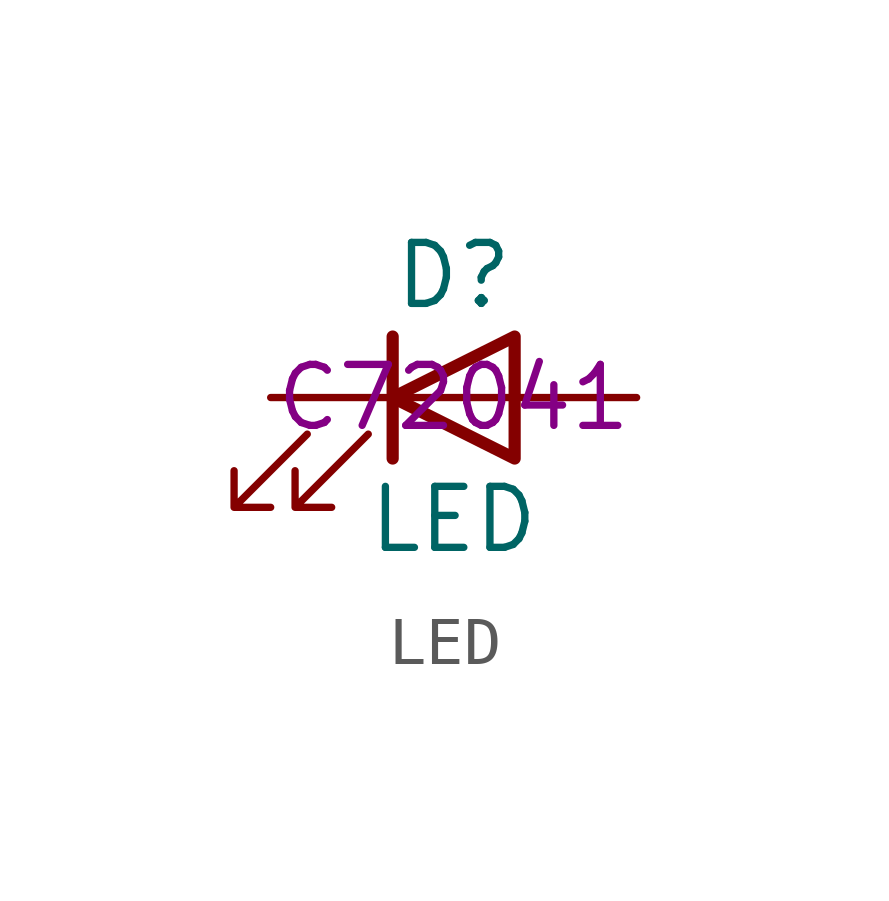
<source format=kicad_sym>
(kicad_symbol_lib
  (version 20220914)
  (generator kicad_symbol_editor)
  (symbol "LED"
    (pin_numbers hide)
    (pin_names
      (offset 1.016) hide)
    (property "Reference" "D"
      (at 0 2.54 0)
      (effects (font (size 1.27 1.27))))
    (property "Value" "LED"
      (at 0 -2.54 0)
      (effects (font (size 1.27 1.27))))
    (property "MPN" "C72041"
      (at 0 0 0)
      (effects (font (size 1.27 1.27))))
    (symbol "LED_0_1"
      (polyline (pts (xy -1.27 -1.27) (xy -1.27 1.27)) (stroke (width 0.254) (type default)) (fill (type none)))
      (polyline (pts (xy -1.27 0) (xy 1.27 0)) (stroke (width 0) (type default)) (fill (type none)))
      (polyline (pts (xy 1.27 -1.27) (xy 1.27 1.27) (xy -1.27 0) (xy 1.27 -1.27)) (stroke (width 0.254) (type default)) (fill (type none)))
      (polyline (pts (xy -3.048 -0.762) (xy -4.572 -2.286) (xy -3.81 -2.286) (xy -4.572 -2.286) (xy -4.572 -1.524)) (stroke (width 0) (type default)) (fill (type none)))
      (polyline (pts (xy -1.778 -0.762) (xy -3.302 -2.286) (xy -2.54 -2.286) (xy -3.302 -2.286) (xy -3.302 -1.524)) (stroke (width 0) (type default)) (fill (type none))))
    (symbol "LED_1_1"
      (pin passive line (at 3.81 0 180) (length 2.54) (name "A" (effects (font (size 1.27 1.27)))) (number "A" (effects (font (size 1.27 1.27)))))
      (pin passive line (at -3.81 0 0) (length 2.54) (name "K" (effects (font (size 1.27 1.27)))) (number "K" (effects (font (size 1.27 1.27))))))))
</source>
